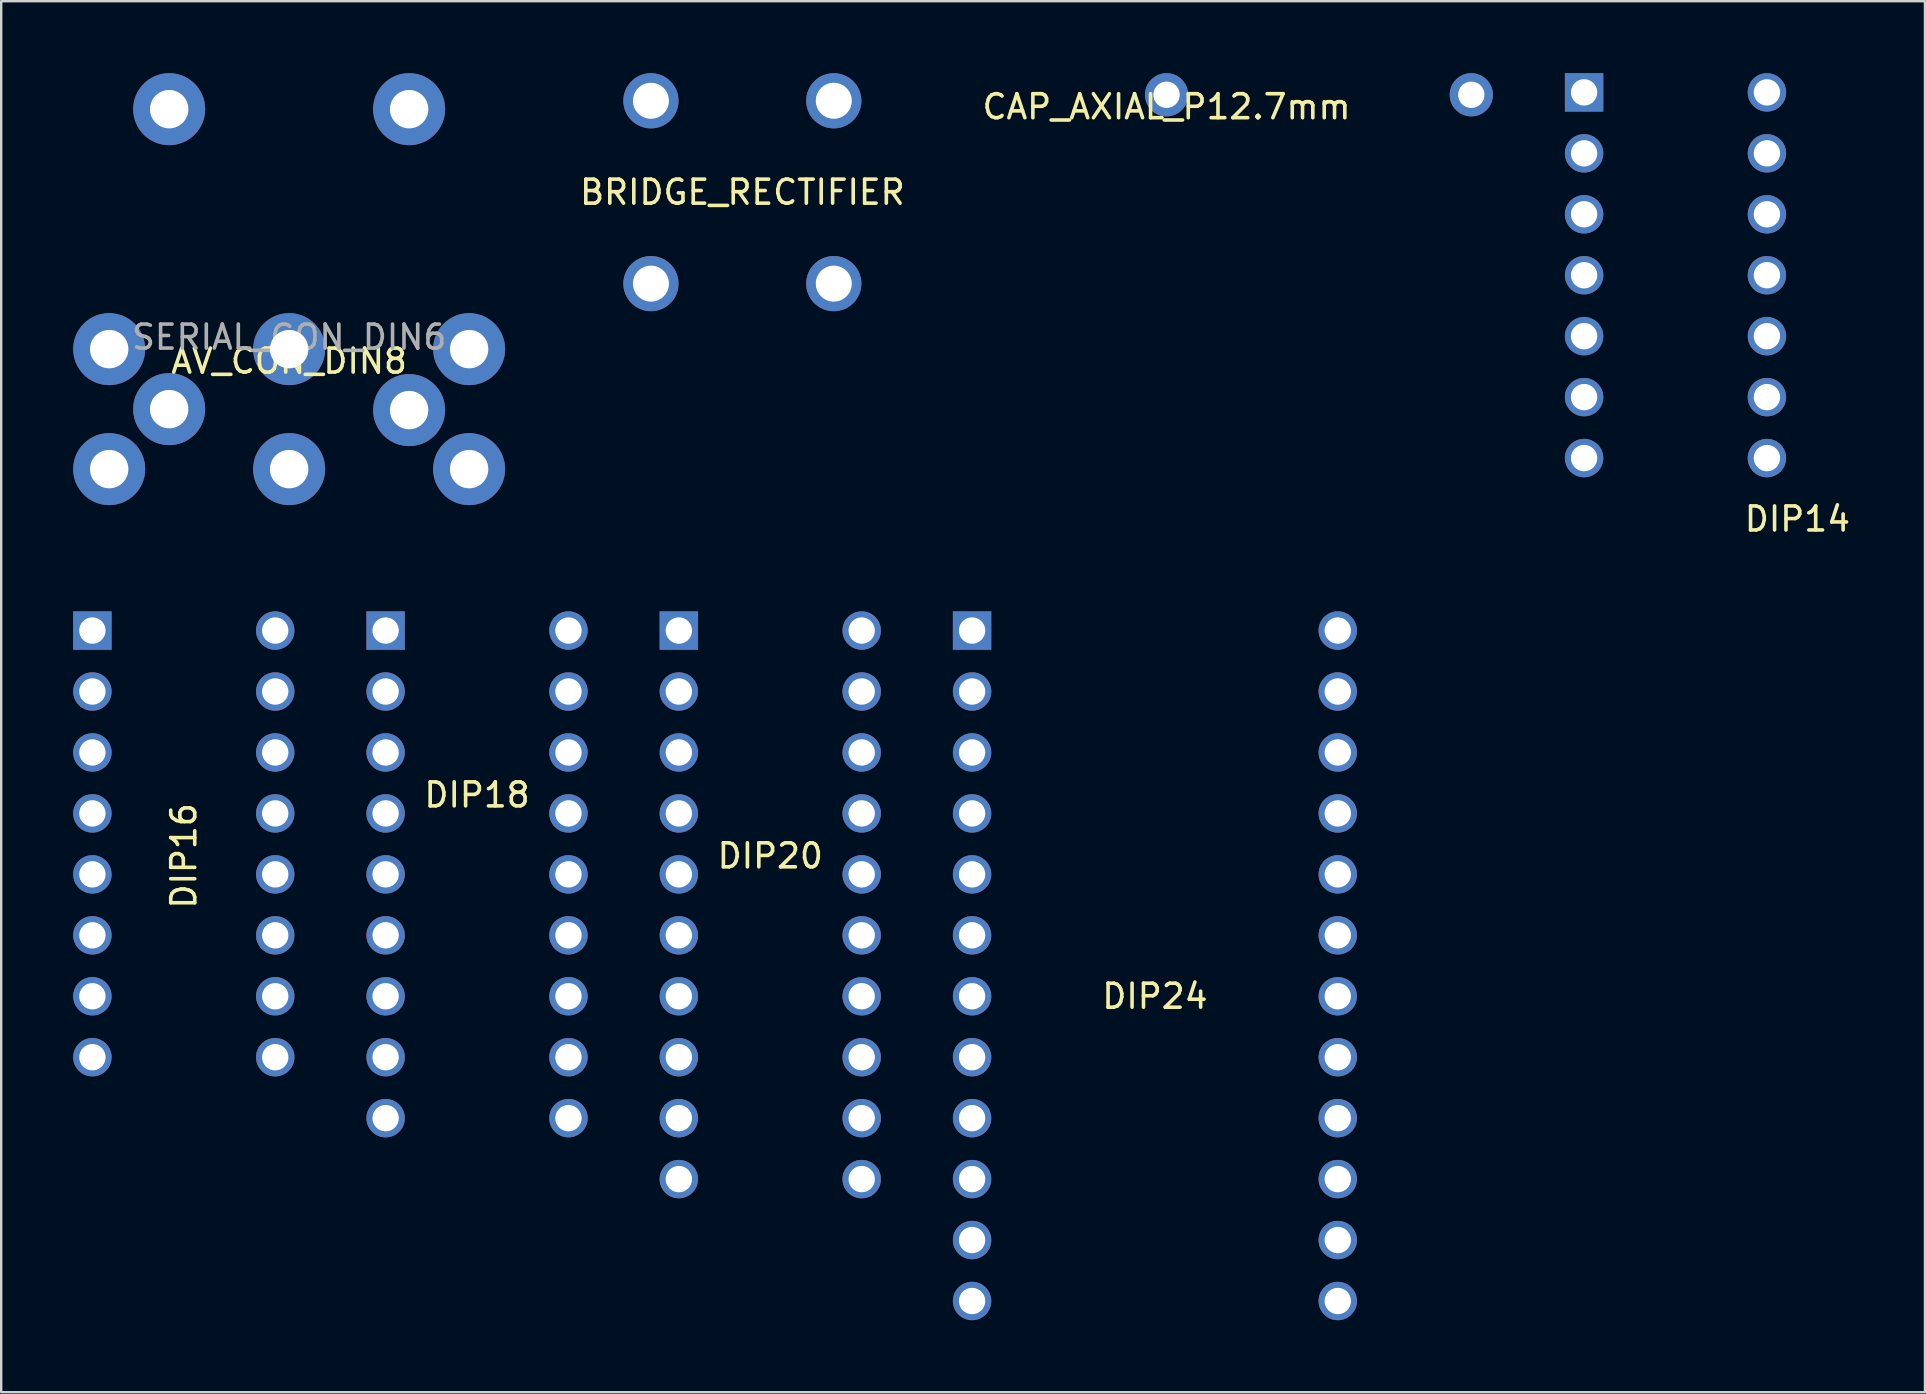
<source format=kicad_pcb>
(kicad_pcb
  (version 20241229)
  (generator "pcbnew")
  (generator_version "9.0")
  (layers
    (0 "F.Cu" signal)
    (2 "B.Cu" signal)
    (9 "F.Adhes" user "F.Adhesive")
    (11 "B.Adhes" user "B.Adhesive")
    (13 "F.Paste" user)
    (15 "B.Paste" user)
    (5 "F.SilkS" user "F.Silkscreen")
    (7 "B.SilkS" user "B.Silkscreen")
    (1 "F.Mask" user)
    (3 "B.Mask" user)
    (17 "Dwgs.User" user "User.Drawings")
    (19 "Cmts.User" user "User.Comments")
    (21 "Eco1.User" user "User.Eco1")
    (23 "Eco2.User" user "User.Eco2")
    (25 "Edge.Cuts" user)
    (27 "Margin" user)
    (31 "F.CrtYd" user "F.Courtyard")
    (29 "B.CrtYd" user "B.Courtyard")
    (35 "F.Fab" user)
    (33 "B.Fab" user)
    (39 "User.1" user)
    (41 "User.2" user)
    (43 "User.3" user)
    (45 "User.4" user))
  (footprint "DIP20"
    (layer "F.Cu")
    (at 29.05 34.658)
    (property "Reference" "DIP20" (at 0 -2.04 0) (layer "F.SilkS") (effects (font (size 1 1) (thickness 0.15))))
    (attr through_hole)
    (pad "1" thru_hole rect (at -3.81 -11.43) (size 1.6 1.6) (drill 1.1) (layers "*.Cu" "*.Mask"))
    (pad "2" thru_hole circle (at -3.81 -8.89) (size 1.6 1.6) (drill 1.1) (layers "*.Cu" "*.Mask"))
    (pad "3" thru_hole circle (at -3.81 -6.35) (size 1.6 1.6) (drill 1.1) (layers "*.Cu" "*.Mask"))
    (pad "4" thru_hole circle (at -3.81 -3.81) (size 1.6 1.6) (drill 1.1) (layers "*.Cu" "*.Mask"))
    (pad "5" thru_hole circle (at -3.81 -1.27) (size 1.6 1.6) (drill 1.1) (layers "*.Cu" "*.Mask"))
    (pad "6" thru_hole circle (at -3.81 1.27) (size 1.6 1.6) (drill 1.1) (layers "*.Cu" "*.Mask"))
    (pad "7" thru_hole circle (at -3.81 3.81) (size 1.6 1.6) (drill 1.1) (layers "*.Cu" "*.Mask"))
    (pad "8" thru_hole circle (at -3.81 6.35) (size 1.6 1.6) (drill 1.1) (layers "*.Cu" "*.Mask"))
    (pad "9" thru_hole circle (at -3.81 8.89) (size 1.6 1.6) (drill 1.1) (layers "*.Cu" "*.Mask"))
    (pad "10" thru_hole circle (at -3.81 11.43) (size 1.6 1.6) (drill 1.1) (layers "*.Cu" "*.Mask"))
    (pad "11" thru_hole circle (at 3.81 11.43) (size 1.6 1.6) (drill 1.1) (layers "*.Cu" "*.Mask"))
    (pad "12" thru_hole circle (at 3.81 8.89) (size 1.6 1.6) (drill 1.1) (layers "*.Cu" "*.Mask"))
    (pad "13" thru_hole circle (at 3.81 6.35) (size 1.6 1.6) (drill 1.1) (layers "*.Cu" "*.Mask"))
    (pad "14" thru_hole circle (at 3.81 3.81) (size 1.6 1.6) (drill 1.1) (layers "*.Cu" "*.Mask"))
    (pad "15" thru_hole circle (at 3.81 1.27) (size 1.6 1.6) (drill 1.1) (layers "*.Cu" "*.Mask"))
    (pad "16" thru_hole circle (at 3.81 -1.27) (size 1.6 1.6) (drill 1.1) (layers "*.Cu" "*.Mask"))
    (pad "17" thru_hole circle (at 3.81 -3.81) (size 1.6 1.6) (drill 1.1) (layers "*.Cu" "*.Mask"))
    (pad "18" thru_hole circle (at 3.81 -6.35) (size 1.6 1.6) (drill 1.1) (layers "*.Cu" "*.Mask"))
    (pad "19" thru_hole circle (at 3.81 -8.89) (size 1.6 1.6) (drill 1.1) (layers "*.Cu" "*.Mask"))
    (pad "20" thru_hole circle (at 3.81 -11.43) (size 1.6 1.6) (drill 1.1) (layers "*.Cu" "*.Mask")))
  (footprint "BRIDGE_RECTIFIER"
    (layer "F.Cu")
    (at 31.697 1.15)
    (property "Reference" "BRIDGE_RECTIFIER" (at -3.81 3.81 0) (layer "F.SilkS") (effects (font (size 1 1) (thickness 0.15))))
    (attr through_hole)
    (pad "1" thru_hole circle (at 0 0) (size 2.3 2.3) (drill 1.5) (layers "*.Cu" "*.Mask"))
    (pad "2" thru_hole circle (at -7.62 0) (size 2.3 2.3) (drill 1.5) (layers "*.Cu" "*.Mask"))
    (pad "3" thru_hole circle (at -7.62 7.62) (size 2.3 2.3) (drill 1.5) (layers "*.Cu" "*.Mask"))
    (pad "4" thru_hole circle (at 0 7.62) (size 2.3 2.3) (drill 1.5) (layers "*.Cu" "*.Mask")))
  (footprint "CAP_AXIAL_P12.7mm"
    (layer "F.Cu")
    (at 45.565 0.9)
    (property "Reference" "CAP_AXIAL_P12.7mm" (at 0 0.5 0) (layer "F.SilkS") (effects (font (size 1 1) (thickness 0.15))))
    (attr through_hole)
    (pad "1" thru_hole circle (at 0 0) (size 1.8 1.8) (drill 1.1) (layers "*.Cu" "*.Mask"))
    (pad "2" thru_hole circle (at 12.7 0) (size 1.8 1.8) (drill 1.1) (layers "*.Cu" "*.Mask")))
  (footprint "DIP24"
    (layer "F.Cu")
    (at 45.08 37.198)
    (property "Reference" "DIP24" (at 0 1.27 0) (layer "F.SilkS") (effects (font (size 1 1) (thickness 0.15))))
    (attr through_hole)
    (pad "1" thru_hole rect (at -7.62 -13.97) (size 1.6 1.6) (drill 1.1) (layers "*.Cu" "*.Mask"))
    (pad "2" thru_hole circle (at -7.62 -11.43) (size 1.6 1.6) (drill 1.1) (layers "*.Cu" "*.Mask"))
    (pad "3" thru_hole circle (at -7.62 -8.89) (size 1.6 1.6) (drill 1.1) (layers "*.Cu" "*.Mask"))
    (pad "4" thru_hole circle (at -7.62 -6.35) (size 1.6 1.6) (drill 1.1) (layers "*.Cu" "*.Mask"))
    (pad "5" thru_hole circle (at -7.62 -3.81) (size 1.6 1.6) (drill 1.1) (layers "*.Cu" "*.Mask"))
    (pad "6" thru_hole circle (at -7.62 -1.27) (size 1.6 1.6) (drill 1.1) (layers "*.Cu" "*.Mask"))
    (pad "7" thru_hole circle (at -7.62 1.27) (size 1.6 1.6) (drill 1.1) (layers "*.Cu" "*.Mask"))
    (pad "8" thru_hole circle (at -7.62 3.81) (size 1.6 1.6) (drill 1.1) (layers "*.Cu" "*.Mask"))
    (pad "9" thru_hole circle (at -7.62 6.35) (size 1.6 1.6) (drill 1.1) (layers "*.Cu" "*.Mask"))
    (pad "10" thru_hole circle (at -7.62 8.89) (size 1.6 1.6) (drill 1.1) (layers "*.Cu" "*.Mask"))
    (pad "11" thru_hole circle (at -7.62 11.43) (size 1.6 1.6) (drill 1.1) (layers "*.Cu" "*.Mask"))
    (pad "12" thru_hole circle (at -7.62 13.97) (size 1.6 1.6) (drill 1.1) (layers "*.Cu" "*.Mask"))
    (pad "13" thru_hole circle (at 7.62 13.97) (size 1.6 1.6) (drill 1.1) (layers "*.Cu" "*.Mask"))
    (pad "14" thru_hole circle (at 7.62 11.43) (size 1.6 1.6) (drill 1.1) (layers "*.Cu" "*.Mask"))
    (pad "15" thru_hole circle (at 7.62 8.89) (size 1.6 1.6) (drill 1.1) (layers "*.Cu" "*.Mask"))
    (pad "16" thru_hole circle (at 7.62 6.35) (size 1.6 1.6) (drill 1.1) (layers "*.Cu" "*.Mask"))
    (pad "17" thru_hole circle (at 7.62 3.81) (size 1.6 1.6) (drill 1.1) (layers "*.Cu" "*.Mask"))
    (pad "18" thru_hole circle (at 7.62 1.27) (size 1.6 1.6) (drill 1.1) (layers "*.Cu" "*.Mask"))
    (pad "19" thru_hole circle (at 7.62 -1.27) (size 1.6 1.6) (drill 1.1) (layers "*.Cu" "*.Mask"))
    (pad "20" thru_hole circle (at 7.62 -3.81) (size 1.6 1.6) (drill 1.1) (layers "*.Cu" "*.Mask"))
    (pad "21" thru_hole circle (at 7.62 -6.35) (size 1.6 1.6) (drill 1.1) (layers "*.Cu" "*.Mask"))
    (pad "22" thru_hole circle (at 7.62 -8.89) (size 1.6 1.6) (drill 1.1) (layers "*.Cu" "*.Mask"))
    (pad "23" thru_hole circle (at 7.62 -11.43) (size 1.6 1.6) (drill 1.1) (layers "*.Cu" "*.Mask"))
    (pad "24" thru_hole circle (at 7.62 -13.97) (size 1.6 1.6) (drill 1.1) (layers "*.Cu" "*.Mask")))
  (footprint "AV_CON_DIN8"
    (layer "F.Cu")
    (at 9 11.5)
    (property "Reference" "AV_CON_DIN8" (at 0 0.5 0) (layer "F.SilkS") (effects (font (size 1 1) (thickness 0.15))))
    (attr through_hole)
    (fp_text user "SERIAL_CON_DIN6" (at 0 -0.5 0) (layer "F.Fab") (effects (font (size 1 1) (thickness 0.15))))
    (pad "1" thru_hole circle (at -7.5 0) (size 3 3) (drill 1.6) (layers "*.Cu" "*.Mask"))
    (pad "2" thru_hole circle (at -5 -10) (size 3 3) (drill 1.6) (layers "*.Cu" "*.Mask"))
    (pad "2" thru_hole circle (at 0 0) (size 3 3) (drill 1.6) (layers "*.Cu" "*.Mask"))
    (pad "2" thru_hole circle (at 5 -10) (size 3 3) (drill 1.6) (layers "*.Cu" "*.Mask"))
    (pad "3" thru_hole circle (at 7.5 0) (size 3 3) (drill 1.6) (layers "*.Cu" "*.Mask"))
    (pad "4" thru_hole circle (at -5 2.5) (size 3 3) (drill 1.6) (layers "*.Cu" "*.Mask"))
    (pad "5" thru_hole circle (at 5 2.54) (size 3 3) (drill 1.6) (layers "*.Cu" "*.Mask"))
    (pad "6" thru_hole circle (at 0 5) (size 3 3) (drill 1.6) (layers "*.Cu" "*.Mask"))
    (pad "7" thru_hole circle (at -7.5 5) (size 3 3) (drill 1.6) (layers "*.Cu" "*.Mask"))
    (pad "8" thru_hole circle (at 7.5 5) (size 3 3) (drill 1.6) (layers "*.Cu" "*.Mask")))
  (footprint "DIP18"
    (layer "F.Cu")
    (at 16.83 33.388)
    (property "Reference" "DIP18" (at 0 -3.31 0) (layer "F.SilkS") (effects (font (size 1 1) (thickness 0.15))))
    (attr through_hole)
    (pad "1" thru_hole rect (at -3.81 -10.16) (size 1.6 1.6) (drill 1.1) (layers "*.Cu" "*.Mask"))
    (pad "2" thru_hole circle (at -3.81 -7.62) (size 1.6 1.6) (drill 1.1) (layers "*.Cu" "*.Mask"))
    (pad "3" thru_hole circle (at -3.81 -5.08) (size 1.6 1.6) (drill 1.1) (layers "*.Cu" "*.Mask"))
    (pad "4" thru_hole circle (at -3.81 -2.54) (size 1.6 1.6) (drill 1.1) (layers "*.Cu" "*.Mask"))
    (pad "5" thru_hole circle (at -3.81 0) (size 1.6 1.6) (drill 1.1) (layers "*.Cu" "*.Mask"))
    (pad "6" thru_hole circle (at -3.81 2.54) (size 1.6 1.6) (drill 1.1) (layers "*.Cu" "*.Mask"))
    (pad "7" thru_hole circle (at -3.81 5.08) (size 1.6 1.6) (drill 1.1) (layers "*.Cu" "*.Mask"))
    (pad "8" thru_hole circle (at -3.81 7.62) (size 1.6 1.6) (drill 1.1) (layers "*.Cu" "*.Mask"))
    (pad "9" thru_hole circle (at -3.81 10.16) (size 1.6 1.6) (drill 1.1) (layers "*.Cu" "*.Mask"))
    (pad "10" thru_hole circle (at 3.81 10.16) (size 1.6 1.6) (drill 1.1) (layers "*.Cu" "*.Mask"))
    (pad "11" thru_hole circle (at 3.81 7.62) (size 1.6 1.6) (drill 1.1) (layers "*.Cu" "*.Mask"))
    (pad "12" thru_hole circle (at 3.81 5.08) (size 1.6 1.6) (drill 1.1) (layers "*.Cu" "*.Mask"))
    (pad "13" thru_hole circle (at 3.81 2.54) (size 1.6 1.6) (drill 1.1) (layers "*.Cu" "*.Mask"))
    (pad "14" thru_hole circle (at 3.81 0) (size 1.6 1.6) (drill 1.1) (layers "*.Cu" "*.Mask"))
    (pad "15" thru_hole circle (at 3.81 -2.54) (size 1.6 1.6) (drill 1.1) (layers "*.Cu" "*.Mask"))
    (pad "16" thru_hole circle (at 3.81 -5.08) (size 1.6 1.6) (drill 1.1) (layers "*.Cu" "*.Mask"))
    (pad "17" thru_hole circle (at 3.81 -7.62) (size 1.6 1.6) (drill 1.1) (layers "*.Cu" "*.Mask"))
    (pad "18" thru_hole circle (at 3.81 -10.16) (size 1.6 1.6) (drill 1.1) (layers "*.Cu" "*.Mask")))
  (footprint "DIP16"
    (layer "F.Cu")
    (at 4.61 32.118)
    (property "Reference" "DIP16" (at 0 0.5 90) (layer "F.SilkS") (effects (font (size 1 1) (thickness 0.15))))
    (attr through_hole)
    (pad "1" thru_hole rect (at -3.81 -8.89) (size 1.6 1.6) (drill 1.1) (layers "*.Cu" "*.Mask"))
    (pad "2" thru_hole circle (at -3.81 -6.35) (size 1.6 1.6) (drill 1.1) (layers "*.Cu" "*.Mask"))
    (pad "3" thru_hole circle (at -3.81 -3.81) (size 1.6 1.6) (drill 1.1) (layers "*.Cu" "*.Mask"))
    (pad "4" thru_hole circle (at -3.81 -1.27) (size 1.6 1.6) (drill 1.1) (layers "*.Cu" "*.Mask"))
    (pad "5" thru_hole circle (at -3.81 1.27) (size 1.6 1.6) (drill 1.1) (layers "*.Cu" "*.Mask"))
    (pad "6" thru_hole circle (at -3.81 3.81) (size 1.6 1.6) (drill 1.1) (layers "*.Cu" "*.Mask"))
    (pad "7" thru_hole circle (at -3.81 6.35) (size 1.6 1.6) (drill 1.1) (layers "*.Cu" "*.Mask"))
    (pad "8" thru_hole circle (at -3.81 8.89) (size 1.6 1.6) (drill 1.1) (layers "*.Cu" "*.Mask"))
    (pad "9" thru_hole circle (at 3.81 8.89) (size 1.6 1.6) (drill 1.1) (layers "*.Cu" "*.Mask"))
    (pad "10" thru_hole circle (at 3.81 6.35) (size 1.6 1.6) (drill 1.1) (layers "*.Cu" "*.Mask"))
    (pad "11" thru_hole circle (at 3.81 3.81) (size 1.6 1.6) (drill 1.1) (layers "*.Cu" "*.Mask"))
    (pad "12" thru_hole circle (at 3.81 1.27) (size 1.6 1.6) (drill 1.1) (layers "*.Cu" "*.Mask"))
    (pad "13" thru_hole circle (at 3.81 -1.27) (size 1.6 1.6) (drill 1.1) (layers "*.Cu" "*.Mask"))
    (pad "14" thru_hole circle (at 3.81 -3.81) (size 1.6 1.6) (drill 1.1) (layers "*.Cu" "*.Mask"))
    (pad "15" thru_hole circle (at 3.81 -6.35) (size 1.6 1.6) (drill 1.1) (layers "*.Cu" "*.Mask"))
    (pad "16" thru_hole circle (at 3.81 -8.89) (size 1.6 1.6) (drill 1.1) (layers "*.Cu" "*.Mask")))
  (footprint "DIP14"
    (layer "F.Cu")
    (at 66.775 8.42)
    (property "Reference" "DIP14" (at 5.08 10.16 0) (layer "F.SilkS") (effects (font (size 1 1) (thickness 0.15))))
    (attr through_hole)
    (pad "1" thru_hole rect (at -3.81 -7.62) (size 1.6 1.6) (drill 1.1) (layers "*.Cu" "*.Mask"))
    (pad "2" thru_hole circle (at -3.81 -5.08) (size 1.6 1.6) (drill 1.1) (layers "*.Cu" "*.Mask"))
    (pad "3" thru_hole circle (at -3.81 -2.54) (size 1.6 1.6) (drill 1.1) (layers "*.Cu" "*.Mask"))
    (pad "4" thru_hole circle (at -3.81 0) (size 1.6 1.6) (drill 1.1) (layers "*.Cu" "*.Mask"))
    (pad "5" thru_hole circle (at -3.81 2.54) (size 1.6 1.6) (drill 1.1) (layers "*.Cu" "*.Mask"))
    (pad "6" thru_hole circle (at -3.81 5.08) (size 1.6 1.6) (drill 1.1) (layers "*.Cu" "*.Mask"))
    (pad "7" thru_hole circle (at -3.81 7.62) (size 1.6 1.6) (drill 1.1) (layers "*.Cu" "*.Mask"))
    (pad "8" thru_hole circle (at 3.81 7.62) (size 1.6 1.6) (drill 1.1) (layers "*.Cu" "*.Mask"))
    (pad "9" thru_hole circle (at 3.81 5.08) (size 1.6 1.6) (drill 1.1) (layers "*.Cu" "*.Mask"))
    (pad "10" thru_hole circle (at 3.81 2.54) (size 1.6 1.6) (drill 1.1) (layers "*.Cu" "*.Mask"))
    (pad "11" thru_hole circle (at 3.81 0) (size 1.6 1.6) (drill 1.1) (layers "*.Cu" "*.Mask"))
    (pad "12" thru_hole circle (at 3.81 -2.54) (size 1.6 1.6) (drill 1.1) (layers "*.Cu" "*.Mask"))
    (pad "13" thru_hole circle (at 3.81 -5.08) (size 1.6 1.6) (drill 1.1) (layers "*.Cu" "*.Mask"))
    (pad "14" thru_hole circle (at 3.81 -7.62) (size 1.6 1.6) (drill 1.1) (layers "*.Cu" "*.Mask")))
  (gr_rect
    (start -3 -3)
    (end 77.171 54.968)
    (stroke (width 0.1) (type default))
    (fill no)
    (layer "Edge.Cuts")))
</source>
